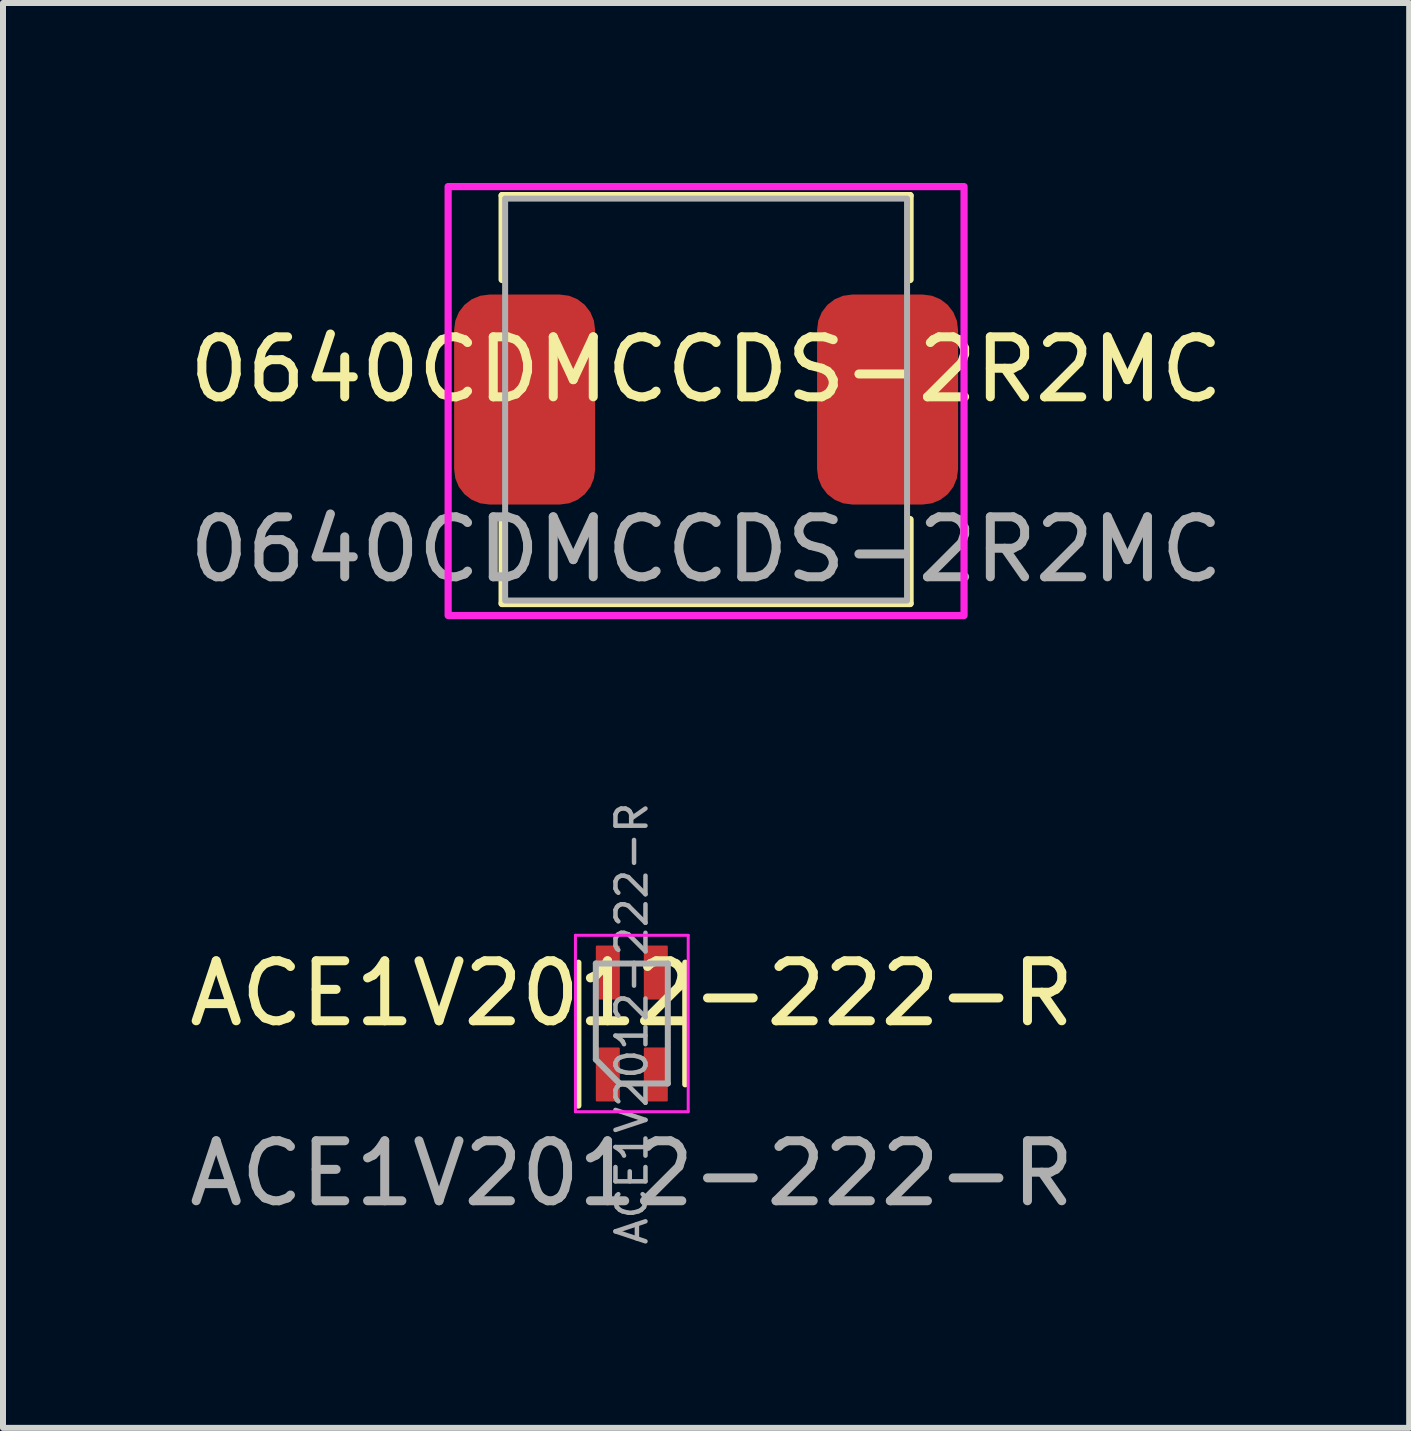
<source format=kicad_pcb>
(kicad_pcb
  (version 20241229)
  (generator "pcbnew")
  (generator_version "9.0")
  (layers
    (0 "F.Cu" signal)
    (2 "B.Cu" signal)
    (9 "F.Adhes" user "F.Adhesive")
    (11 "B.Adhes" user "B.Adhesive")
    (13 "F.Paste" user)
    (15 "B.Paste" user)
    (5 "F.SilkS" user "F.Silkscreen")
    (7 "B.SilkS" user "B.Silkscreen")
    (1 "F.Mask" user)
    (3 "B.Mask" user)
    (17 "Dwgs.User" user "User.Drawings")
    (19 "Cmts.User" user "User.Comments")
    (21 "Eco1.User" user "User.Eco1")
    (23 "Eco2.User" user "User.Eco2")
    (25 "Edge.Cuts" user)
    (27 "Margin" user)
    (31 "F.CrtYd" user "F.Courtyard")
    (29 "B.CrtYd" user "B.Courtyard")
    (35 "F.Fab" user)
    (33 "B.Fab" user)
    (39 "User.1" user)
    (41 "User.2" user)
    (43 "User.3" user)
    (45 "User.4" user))
  (footprint "ACE1V2012-222-R"
    (layer "F.Cu")
    (at 7.482 14.011)
    (property "Reference" "ACE1V2012-222-R" (at 0 -0.5 0) (unlocked yes) (layer "F.SilkS") (effects (font (size 1 1) (thickness 0.15))))
    (attr smd)
    (fp_line (start -0.89 -1.015) (end -0.89 1.37) (stroke (width 0.1) (type solid)) (layer "F.SilkS"))
    (fp_line (start 0.89 -1.015) (end 0.89 1.015) (stroke (width 0.1) (type solid)) (layer "F.SilkS"))
    (fp_line (start -0.94 -1.47) (end 0.94 -1.47) (stroke (width 0.05) (type solid)) (layer "F.CrtYd"))
    (fp_line (start -0.94 1.47) (end -0.94 -1.47) (stroke (width 0.05) (type solid)) (layer "F.CrtYd"))
    (fp_line (start -0.94 1.47) (end 0.94 1.47) (stroke (width 0.05) (type solid)) (layer "F.CrtYd"))
    (fp_line (start 0.94 1.47) (end 0.94 -1.47) (stroke (width 0.05) (type solid)) (layer "F.CrtYd"))
    (fp_line (start -0.6 -1) (end 0.6 -1) (stroke (width 0.1) (type solid)) (layer "F.Fab"))
    (fp_line (start -0.6 0.6) (end -0.6 -1) (stroke (width 0.1) (type solid)) (layer "F.Fab"))
    (fp_line (start -0.6 0.6) (end -0.205 1) (stroke (width 0.1) (type solid)) (layer "F.Fab"))
    (fp_line (start -0.205 1) (end 0.6 1) (stroke (width 0.1) (type solid)) (layer "F.Fab"))
    (fp_line (start 0.6 1) (end 0.6 -1) (stroke (width 0.1) (type solid)) (layer "F.Fab"))
    (fp_text user "${REFERENCE}" (at 0 0 90) (layer "F.Fab") (effects (font (size 0.5 0.5) (thickness 0.075))))
    (fp_text user "${REFERENCE}" (at 0 2.5 0) (unlocked yes) (layer "F.Fab") (effects (font (size 1 1) (thickness 0.15))))
    (pad "1" smd roundrect (at -0.4 0.85) (size 0.4 0.9) (layers "F.Cu" "F.Mask" "F.Paste") (roundrect_rratio 0.05))
    (pad "2" smd roundrect (at 0.4 0.85) (size 0.4 0.9) (layers "F.Cu" "F.Mask" "F.Paste") (roundrect_rratio 0.05))
    (pad "3" smd roundrect (at 0.4 -0.85) (size 0.4 0.9) (layers "F.Cu" "F.Mask" "F.Paste") (roundrect_rratio 0.05))
    (pad "4" smd roundrect (at -0.4 -0.85) (size 0.4 0.9) (layers "F.Cu" "F.Mask" "F.Paste") (roundrect_rratio 0.05)))
  (footprint "0640CDMCCDS-2R2MC"
    (layer "F.Cu")
    (at 8.72 3.61)
    (property "Reference" "0640CDMCCDS-2R2MC" (at 0 -0.5 0) (unlocked yes) (layer "F.SilkS") (effects (font (size 1 1) (thickness 0.15))))
    (attr smd)
    (fp_line (start -3.4 -3.4) (end -3.4 -2) (stroke (width 0.12) (type solid)) (layer "F.SilkS"))
    (fp_line (start -3.4 -3.4) (end 3.4 -3.4) (stroke (width 0.12) (type solid)) (layer "F.SilkS"))
    (fp_line (start -3.4 2) (end -3.4 3.4) (stroke (width 0.12) (type solid)) (layer "F.SilkS"))
    (fp_line (start -3.4 3.4) (end 3.4 3.4) (stroke (width 0.12) (type solid)) (layer "F.SilkS"))
    (fp_line (start 3.4 -3.4) (end 3.4 -2) (stroke (width 0.12) (type solid)) (layer "F.SilkS"))
    (fp_line (start 3.4 2) (end 3.4 3.4) (stroke (width 0.12) (type solid)) (layer "F.SilkS"))
    (fp_rect (start -4.3 -3.55) (end 4.3 3.6) (stroke (width 0.12) (type solid)) (fill no) (layer "F.CrtYd"))
    (fp_rect (start -3.35 -3.35) (end 3.35 3.35) (stroke (width 0.1) (type solid)) (fill no) (layer "F.Fab"))
    (fp_text user "${REFERENCE}" (at 0 2.5 0) (unlocked yes) (layer "F.Fab") (effects (font (size 1 1) (thickness 0.15))))
    (pad "1" smd roundrect (at -3.025 0) (size 2.35 3.5) (layers "F.Cu" "F.Mask" "F.Paste") (roundrect_rratio 0.25))
    (pad "2" smd roundrect (at 3.025 0) (size 2.35 3.5) (layers "F.Cu" "F.Mask" "F.Paste") (roundrect_rratio 0.25)))
  (gr_rect
    (start -3 -3)
    (end 20.44 20.752)
    (stroke (width 0.1) (type default))
    (fill no)
    (layer "Edge.Cuts")))
</source>
